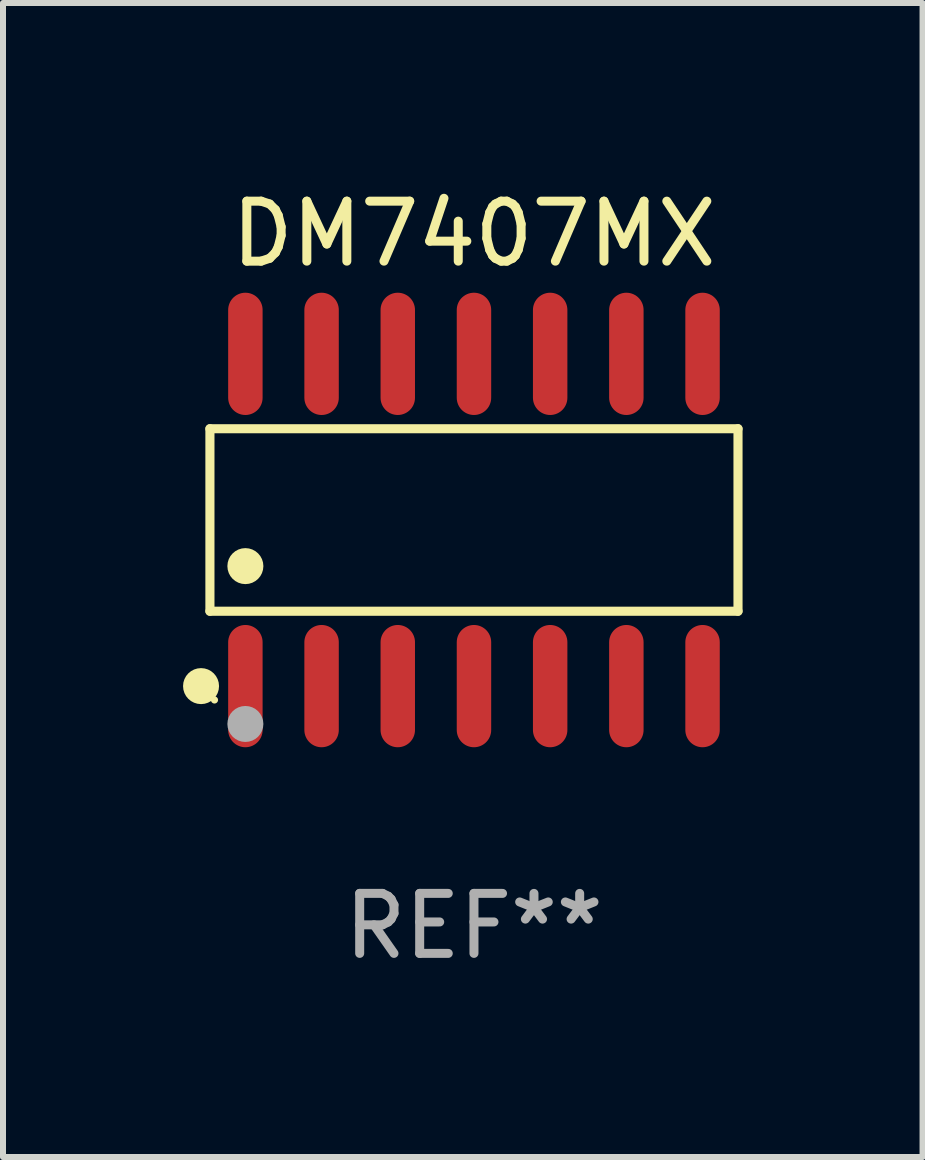
<source format=kicad_pcb>
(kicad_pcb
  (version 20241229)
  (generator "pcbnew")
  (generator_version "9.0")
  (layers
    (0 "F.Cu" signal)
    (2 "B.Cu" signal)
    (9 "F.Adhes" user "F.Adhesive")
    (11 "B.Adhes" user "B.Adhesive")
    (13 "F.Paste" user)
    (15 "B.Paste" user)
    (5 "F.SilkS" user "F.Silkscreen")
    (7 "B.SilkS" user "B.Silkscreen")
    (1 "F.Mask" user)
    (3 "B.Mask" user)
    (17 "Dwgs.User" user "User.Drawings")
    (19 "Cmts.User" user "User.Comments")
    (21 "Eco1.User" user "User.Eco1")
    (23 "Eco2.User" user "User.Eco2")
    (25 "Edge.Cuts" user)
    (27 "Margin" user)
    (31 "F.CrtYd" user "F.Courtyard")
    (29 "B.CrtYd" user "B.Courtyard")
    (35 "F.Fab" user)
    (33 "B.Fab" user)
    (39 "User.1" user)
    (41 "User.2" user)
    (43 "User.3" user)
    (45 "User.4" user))
  (footprint "DM7407MX"
    (layer "F.Cu")
    (at 4.85 5.617)
    (property "Reference" "DM7407MX" (at 0 -4.769 0) (layer "F.SilkS") (effects (font (size 1 1) (thickness 0.15))))
    (attr through_hole)
    (fp_line (start -4.401 -1.521) (end 4.401 -1.521) (stroke (width 0.152) (type solid)) (layer "F.SilkS"))
    (fp_line (start -4.401 1.521) (end -4.401 -1.521) (stroke (width 0.152) (type solid)) (layer "F.SilkS"))
    (fp_line (start 4.401 -1.521) (end 4.401 1.521) (stroke (width 0.152) (type solid)) (layer "F.SilkS"))
    (fp_line (start 4.401 1.521) (end -4.401 1.521) (stroke (width 0.152) (type solid)) (layer "F.SilkS"))
    (fp_circle (center -4.549 2.769) (end -4.399 2.769) (stroke (width 0.3) (type solid)) (fill no) (layer "F.SilkS"))
    (fp_circle (center -4.325 3) (end -4.295 3) (stroke (width 0.06) (type solid)) (fill no) (layer "F.SilkS"))
    (fp_circle (center -3.81 0.769) (end -3.66 0.769) (stroke (width 0.3) (type solid)) (fill no) (layer "F.SilkS"))
    (fp_circle (center -3.81 3.4) (end -3.66 3.4) (stroke (width 0.3) (type solid)) (fill no) (layer "F.Fab"))
    (fp_text user "REF**" (at 0 6.769 0) (layer "F.Fab") (effects (font (size 1 1) (thickness 0.15))))
    (pad "1" smd oval (at -3.81 2.769) (size 0.574 2.038) (layers "F.Cu" "F.Mask" "F.Paste"))
    (pad "2" smd oval (at -2.54 2.769) (size 0.574 2.038) (layers "F.Cu" "F.Mask" "F.Paste"))
    (pad "3" smd oval (at -1.27 2.769) (size 0.574 2.038) (layers "F.Cu" "F.Mask" "F.Paste"))
    (pad "4" smd oval (at 0 2.769) (size 0.574 2.038) (layers "F.Cu" "F.Mask" "F.Paste"))
    (pad "5" smd oval (at 1.27 2.769) (size 0.574 2.038) (layers "F.Cu" "F.Mask" "F.Paste"))
    (pad "6" smd oval (at 2.54 2.769) (size 0.574 2.038) (layers "F.Cu" "F.Mask" "F.Paste"))
    (pad "7" smd oval (at 3.81 2.769) (size 0.574 2.038) (layers "F.Cu" "F.Mask" "F.Paste"))
    (pad "8" smd oval (at 3.81 -2.769) (size 0.574 2.038) (layers "F.Cu" "F.Mask" "F.Paste"))
    (pad "9" smd oval (at 2.54 -2.769) (size 0.574 2.038) (layers "F.Cu" "F.Mask" "F.Paste"))
    (pad "10" smd oval (at 1.27 -2.769) (size 0.574 2.038) (layers "F.Cu" "F.Mask" "F.Paste"))
    (pad "11" smd oval (at 0 -2.769) (size 0.574 2.038) (layers "F.Cu" "F.Mask" "F.Paste"))
    (pad "12" smd oval (at -1.27 -2.769) (size 0.574 2.038) (layers "F.Cu" "F.Mask" "F.Paste"))
    (pad "13" smd oval (at -2.54 -2.769) (size 0.574 2.038) (layers "F.Cu" "F.Mask" "F.Paste"))
    (pad "14" smd oval (at -3.81 -2.769) (size 0.574 2.038) (layers "F.Cu" "F.Mask" "F.Paste")))
  (gr_rect
    (start -3 -3)
    (end 12.327 16.235)
    (stroke (width 0.1) (type default))
    (fill no)
    (layer "Edge.Cuts")))
</source>
